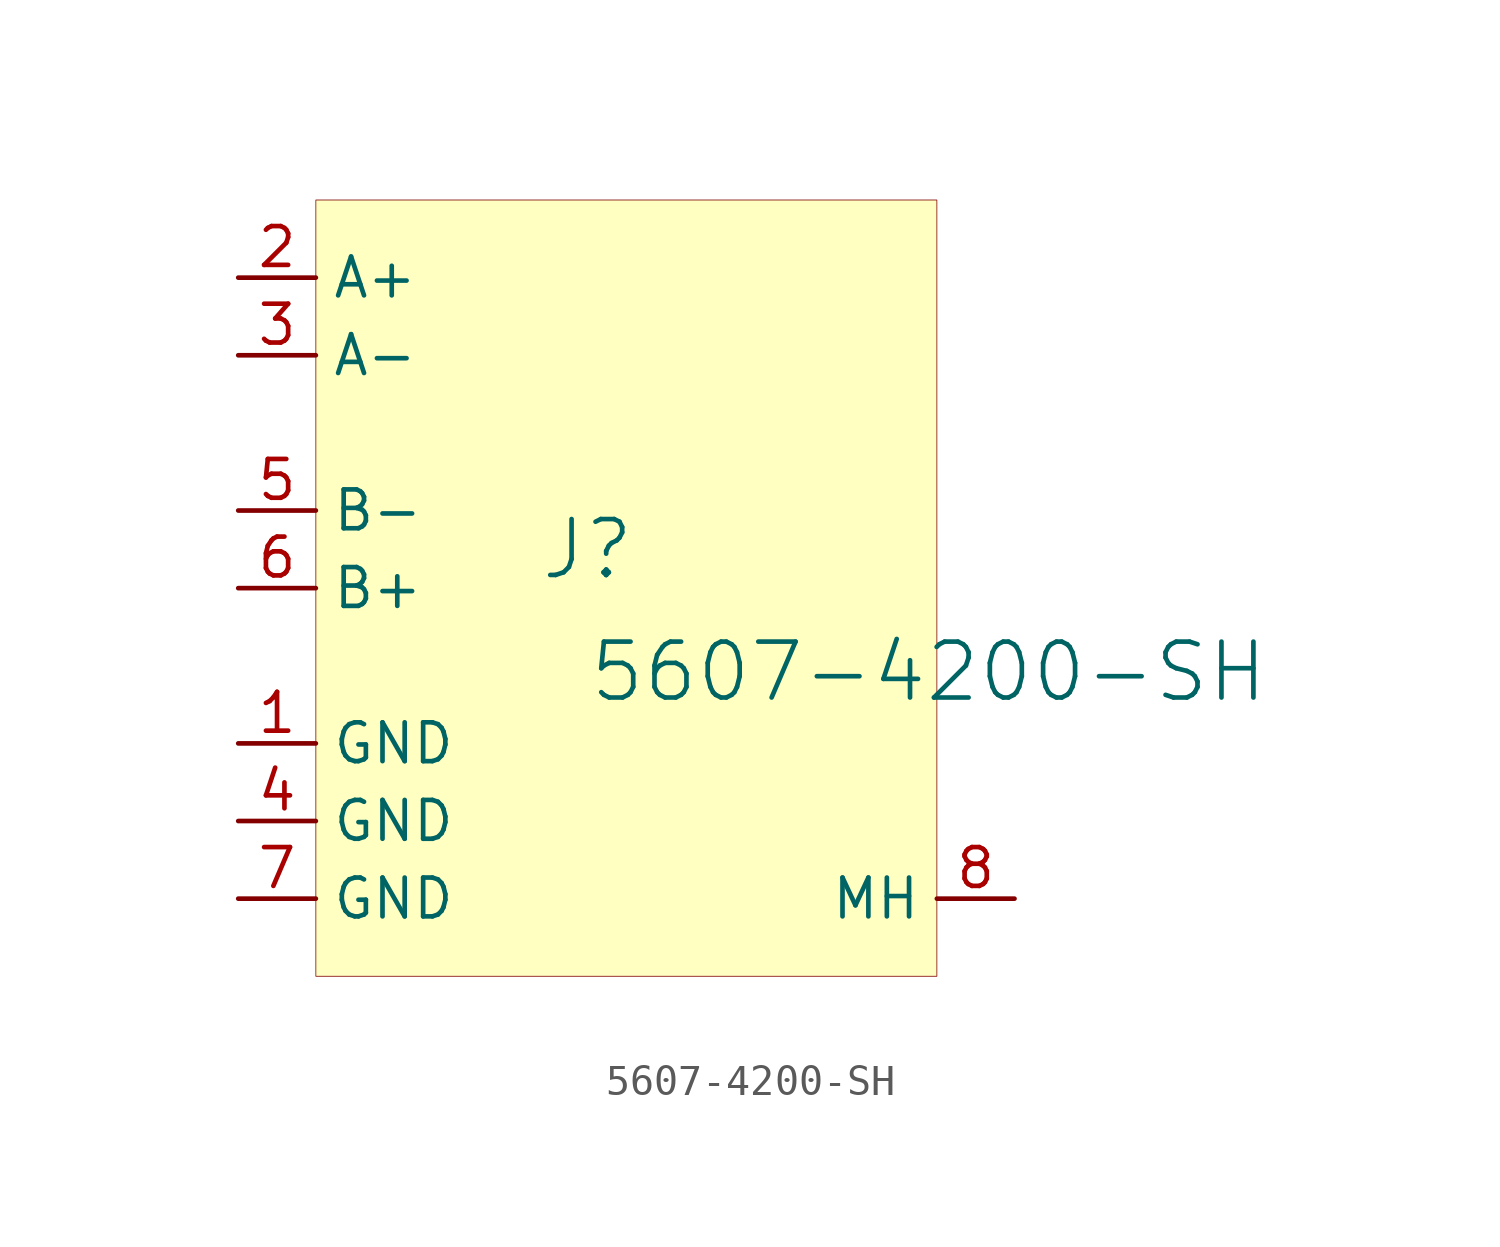
<source format=kicad_sym>
(kicad_symbol_lib
  (version 20231120)
  (generator "kicad_symbol_editor")
  (generator_version "8.0")
  (symbol "5607-4200-SH"
    (property "Reference" "J"
      (at -1.27 1.27 0)
      (effects (font (size 1.829 1.829))))
    (property "Value" "5607-4200-SH"
      (at -1.27 -3.81 0)
      (effects (font (size 1.829 1.829)) (justify left bottom)))
    (symbol "5607-4200-SH_1_0"
      (rectangle (start 10.16 12.7) (end -10.16 -12.7) (stroke (width 0.025) (type solid) (color 128 0 0 1)) (fill (type background)))
      (pin passive line (at -12.7 -5.08 0) (length 2.54) (name "GND" (effects (font (size 1.27 1.27)))) (number "1" (effects (font (size 1.27 1.27)))))
      (pin passive line (at -12.7 10.16 0) (length 2.54) (name "A+" (effects (font (size 1.27 1.27)))) (number "2" (effects (font (size 1.27 1.27)))))
      (pin passive line (at -12.7 7.62 0) (length 2.54) (name "A-" (effects (font (size 1.27 1.27)))) (number "3" (effects (font (size 1.27 1.27)))))
      (pin passive line (at -12.7 -7.62 0) (length 2.54) (name "GND" (effects (font (size 1.27 1.27)))) (number "4" (effects (font (size 1.27 1.27)))))
      (pin passive line (at -12.7 2.54 0) (length 2.54) (name "B-" (effects (font (size 1.27 1.27)))) (number "5" (effects (font (size 1.27 1.27)))))
      (pin passive line (at -12.7 0 0) (length 2.54) (name "B+" (effects (font (size 1.27 1.27)))) (number "6" (effects (font (size 1.27 1.27)))))
      (pin passive line (at -12.7 -10.16 0) (length 2.54) (name "GND" (effects (font (size 1.27 1.27)))) (number "7" (effects (font (size 1.27 1.27)))))
      (pin passive line (at 12.7 -10.16 180) (length 2.54) (name "MH" (effects (font (size 1.27 1.27)))) (number "8" (effects (font (size 1.27 1.27))))))))
</source>
